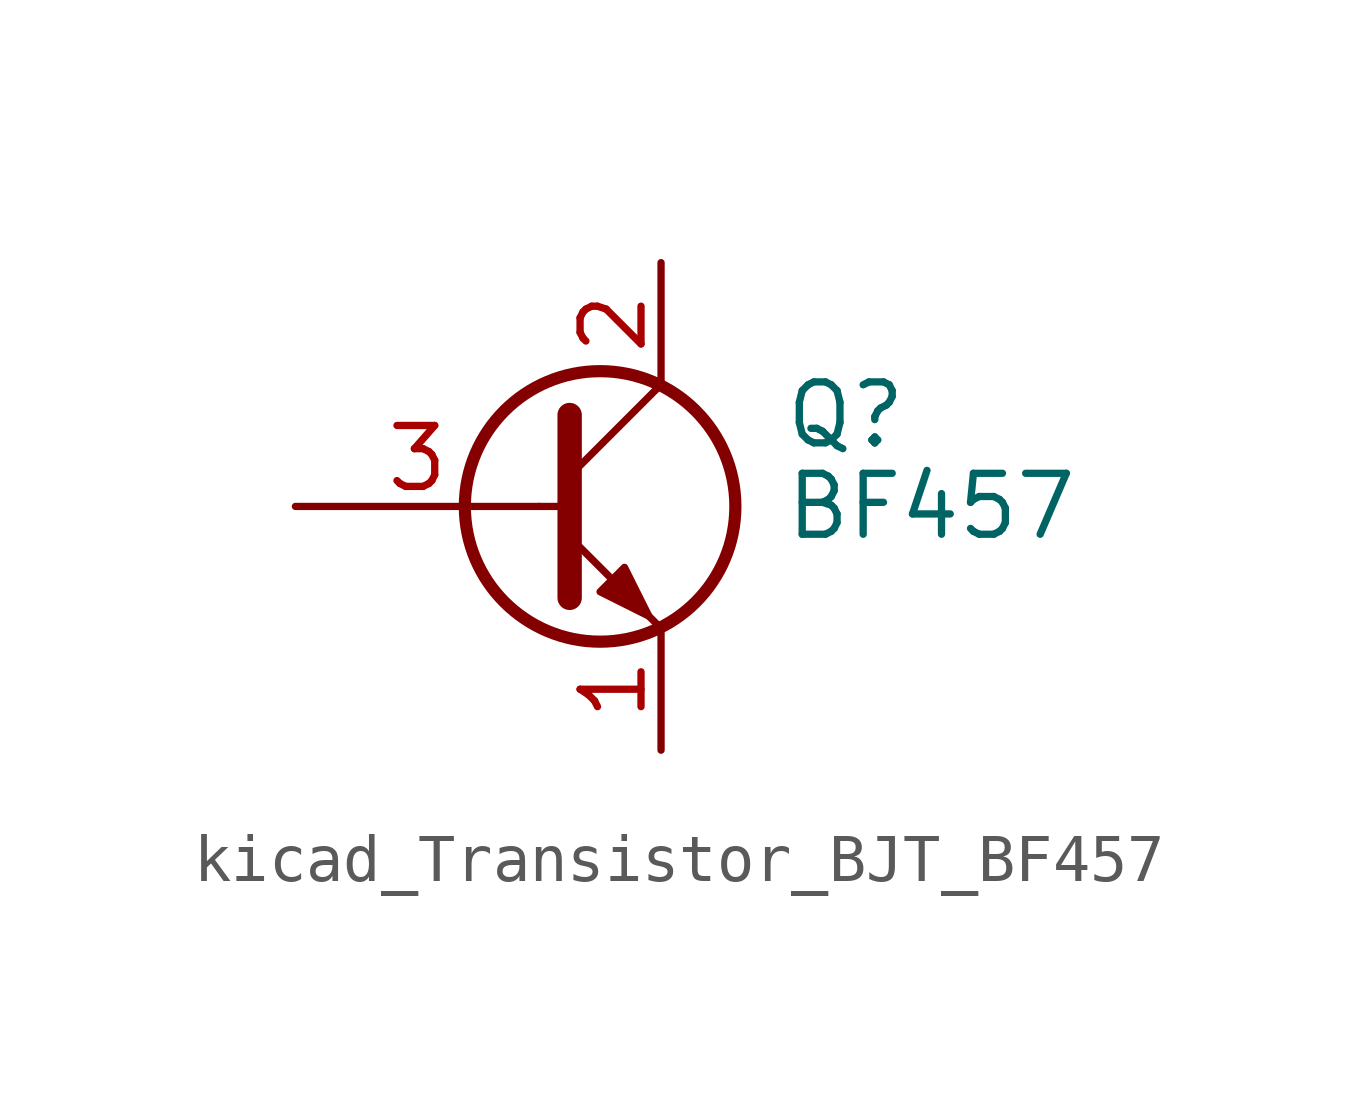
<source format=kicad_sym>
(kicad_symbol_lib
  (version 20220914)
  (generator kicad_symbol_editor)
  (symbol "kicad_Transistor_BJT_BF457"
    (pin_names
      (offset 0) hide)
    (property "Reference" "Q"
      (at 5.08 1.905 0)
      (effects (font (size 1.27 1.27)) (justify left)))
    (property "Value" "BF457"
      (at 5.08 0 0)
      (effects (font (size 1.27 1.27)) (justify left)))
    (symbol "kicad_Transistor_BJT_BF457_0_1"
      (polyline (pts (xy 0 0) (xy 0.635 0)) (stroke (width 0) (type default)) (fill (type none)))
      (polyline (pts (xy 0.635 0.635) (xy 2.54 2.54)) (stroke (width 0) (type default)) (fill (type none)))
      (polyline (pts (xy 0.635 -0.635) (xy 2.54 -2.54) (xy 2.54 -2.54)) (stroke (width 0) (type default)) (fill (type none)))
      (polyline (pts (xy 0.635 1.905) (xy 0.635 -1.905) (xy 0.635 -1.905)) (stroke (width 0.508) (type default)) (fill (type none)))
      (polyline (pts (xy 1.27 -1.778) (xy 1.778 -1.27) (xy 2.286 -2.286) (xy 1.27 -1.778) (xy 1.27 -1.778)) (stroke (width 0) (type default)) (fill (type outline)))
      (circle (center 1.27 0) (radius 2.819) (stroke (width 0.254) (type default)) (fill (type none))))
    (symbol "kicad_Transistor_BJT_BF457_1_1"
      (pin passive line (at 2.54 -5.08 90) (length 2.54) (name "E" (effects (font (size 1.27 1.27)))) (number "1" (effects (font (size 1.27 1.27)))))
      (pin passive line (at 2.54 5.08 270) (length 2.54) (name "C" (effects (font (size 1.27 1.27)))) (number "2" (effects (font (size 1.27 1.27)))))
      (pin input line (at -5.08 0 0) (length 5.08) (name "B" (effects (font (size 1.27 1.27)))) (number "3" (effects (font (size 1.27 1.27))))))))
</source>
